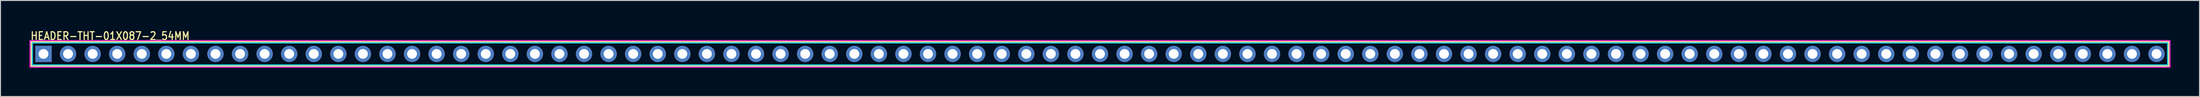
<source format=kicad_pcb>
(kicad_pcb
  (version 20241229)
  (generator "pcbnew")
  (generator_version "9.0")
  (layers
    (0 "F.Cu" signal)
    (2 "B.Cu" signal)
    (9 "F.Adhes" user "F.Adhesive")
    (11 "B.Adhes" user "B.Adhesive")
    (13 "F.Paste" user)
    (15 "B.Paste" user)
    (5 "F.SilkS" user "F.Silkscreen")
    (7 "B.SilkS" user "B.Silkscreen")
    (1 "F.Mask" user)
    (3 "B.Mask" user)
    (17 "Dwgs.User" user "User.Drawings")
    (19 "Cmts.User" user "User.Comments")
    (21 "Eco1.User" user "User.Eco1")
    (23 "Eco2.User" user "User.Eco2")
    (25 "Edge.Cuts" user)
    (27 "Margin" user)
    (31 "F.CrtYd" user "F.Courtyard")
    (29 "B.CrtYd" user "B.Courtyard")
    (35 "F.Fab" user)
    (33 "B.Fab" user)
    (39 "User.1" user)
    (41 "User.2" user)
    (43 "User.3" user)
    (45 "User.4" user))
  (footprint "HEADER-THT-01X087-2_54MM"
    (layer "F.Cu")
    (at 1.447 2.579)
    (property "Reference" "HEADER-THT-01X087-2_54MM" (at -1.4 -1.4 0) (unlocked yes) (layer "F.SilkS") (effects (font (size 0.813 0.695) (thickness 0.122)) (justify left bottom)))
    (fp_line (start -1.27 -1.27) (end -1.27 1.27) (stroke (width 0.127) (type solid)) (layer "F.SilkS"))
    (fp_line (start -1.27 1.27) (end 219.71 1.27) (stroke (width 0.127) (type solid)) (layer "F.SilkS"))
    (fp_line (start 219.71 -1.27) (end -1.27 -1.27) (stroke (width 0.127) (type solid)) (layer "F.SilkS"))
    (fp_line (start 219.71 1.27) (end 219.71 -1.27) (stroke (width 0.127) (type solid)) (layer "F.SilkS"))
    (fp_poly (pts (xy -1.143 -1.143) (xy 219.583 -1.143) (xy 219.583 1.143) (xy -1.143 1.143)) (stroke (width 0.1) (type solid)) (fill no) (layer "B.CrtYd"))
    (fp_poly (pts (xy -1.397 -1.397) (xy 219.837 -1.397) (xy 219.837 1.397) (xy -1.397 1.397)) (stroke (width 0.1) (type solid)) (fill no) (layer "F.CrtYd"))
    (pad "1" thru_hole rect (at 0 0) (size 1.693 1.693) (drill 1.016) (layers "*.Cu" "*.Mask"))
    (pad "2" thru_hole oval (at 2.54 0) (size 1.693 1.693) (drill 1.016) (layers "*.Cu" "*.Mask"))
    (pad "3" thru_hole oval (at 5.08 0) (size 1.693 1.693) (drill 1.016) (layers "*.Cu" "*.Mask"))
    (pad "4" thru_hole oval (at 7.62 0) (size 1.693 1.693) (drill 1.016) (layers "*.Cu" "*.Mask"))
    (pad "5" thru_hole oval (at 10.16 0) (size 1.693 1.693) (drill 1.016) (layers "*.Cu" "*.Mask"))
    (pad "6" thru_hole oval (at 12.7 0) (size 1.693 1.693) (drill 1.016) (layers "*.Cu" "*.Mask"))
    (pad "7" thru_hole oval (at 15.24 0) (size 1.693 1.693) (drill 1.016) (layers "*.Cu" "*.Mask"))
    (pad "8" thru_hole oval (at 17.78 0) (size 1.693 1.693) (drill 1.016) (layers "*.Cu" "*.Mask"))
    (pad "9" thru_hole oval (at 20.32 0) (size 1.693 1.693) (drill 1.016) (layers "*.Cu" "*.Mask"))
    (pad "10" thru_hole oval (at 22.86 0) (size 1.693 1.693) (drill 1.016) (layers "*.Cu" "*.Mask"))
    (pad "11" thru_hole oval (at 25.4 0) (size 1.693 1.693) (drill 1.016) (layers "*.Cu" "*.Mask"))
    (pad "12" thru_hole oval (at 27.94 0) (size 1.693 1.693) (drill 1.016) (layers "*.Cu" "*.Mask"))
    (pad "13" thru_hole oval (at 30.48 0) (size 1.693 1.693) (drill 1.016) (layers "*.Cu" "*.Mask"))
    (pad "14" thru_hole oval (at 33.02 0) (size 1.693 1.693) (drill 1.016) (layers "*.Cu" "*.Mask"))
    (pad "15" thru_hole oval (at 35.56 0) (size 1.693 1.693) (drill 1.016) (layers "*.Cu" "*.Mask"))
    (pad "16" thru_hole oval (at 38.1 0) (size 1.693 1.693) (drill 1.016) (layers "*.Cu" "*.Mask"))
    (pad "17" thru_hole oval (at 40.64 0) (size 1.693 1.693) (drill 1.016) (layers "*.Cu" "*.Mask"))
    (pad "18" thru_hole oval (at 43.18 0) (size 1.693 1.693) (drill 1.016) (layers "*.Cu" "*.Mask"))
    (pad "19" thru_hole oval (at 45.72 0) (size 1.693 1.693) (drill 1.016) (layers "*.Cu" "*.Mask"))
    (pad "20" thru_hole oval (at 48.26 0) (size 1.693 1.693) (drill 1.016) (layers "*.Cu" "*.Mask"))
    (pad "21" thru_hole oval (at 50.8 0) (size 1.693 1.693) (drill 1.016) (layers "*.Cu" "*.Mask"))
    (pad "22" thru_hole oval (at 53.34 0) (size 1.693 1.693) (drill 1.016) (layers "*.Cu" "*.Mask"))
    (pad "23" thru_hole oval (at 55.88 0) (size 1.693 1.693) (drill 1.016) (layers "*.Cu" "*.Mask"))
    (pad "24" thru_hole oval (at 58.42 0) (size 1.693 1.693) (drill 1.016) (layers "*.Cu" "*.Mask"))
    (pad "25" thru_hole oval (at 60.96 0) (size 1.693 1.693) (drill 1.016) (layers "*.Cu" "*.Mask"))
    (pad "26" thru_hole oval (at 63.5 0) (size 1.693 1.693) (drill 1.016) (layers "*.Cu" "*.Mask"))
    (pad "27" thru_hole oval (at 66.04 0) (size 1.693 1.693) (drill 1.016) (layers "*.Cu" "*.Mask"))
    (pad "28" thru_hole oval (at 68.58 0) (size 1.693 1.693) (drill 1.016) (layers "*.Cu" "*.Mask"))
    (pad "29" thru_hole oval (at 71.12 0) (size 1.693 1.693) (drill 1.016) (layers "*.Cu" "*.Mask"))
    (pad "30" thru_hole oval (at 73.66 0) (size 1.693 1.693) (drill 1.016) (layers "*.Cu" "*.Mask"))
    (pad "31" thru_hole oval (at 76.2 0) (size 1.693 1.693) (drill 1.016) (layers "*.Cu" "*.Mask"))
    (pad "32" thru_hole oval (at 78.74 0) (size 1.693 1.693) (drill 1.016) (layers "*.Cu" "*.Mask"))
    (pad "33" thru_hole oval (at 81.28 0) (size 1.693 1.693) (drill 1.016) (layers "*.Cu" "*.Mask"))
    (pad "34" thru_hole oval (at 83.82 0) (size 1.693 1.693) (drill 1.016) (layers "*.Cu" "*.Mask"))
    (pad "35" thru_hole oval (at 86.36 0) (size 1.693 1.693) (drill 1.016) (layers "*.Cu" "*.Mask"))
    (pad "36" thru_hole oval (at 88.9 0) (size 1.693 1.693) (drill 1.016) (layers "*.Cu" "*.Mask"))
    (pad "37" thru_hole oval (at 91.44 0) (size 1.693 1.693) (drill 1.016) (layers "*.Cu" "*.Mask"))
    (pad "38" thru_hole oval (at 93.98 0) (size 1.693 1.693) (drill 1.016) (layers "*.Cu" "*.Mask"))
    (pad "39" thru_hole oval (at 96.52 0) (size 1.693 1.693) (drill 1.016) (layers "*.Cu" "*.Mask"))
    (pad "40" thru_hole oval (at 99.06 0) (size 1.693 1.693) (drill 1.016) (layers "*.Cu" "*.Mask"))
    (pad "41" thru_hole oval (at 101.6 0) (size 1.693 1.693) (drill 1.016) (layers "*.Cu" "*.Mask"))
    (pad "42" thru_hole oval (at 104.14 0) (size 1.693 1.693) (drill 1.016) (layers "*.Cu" "*.Mask"))
    (pad "43" thru_hole oval (at 106.68 0) (size 1.693 1.693) (drill 1.016) (layers "*.Cu" "*.Mask"))
    (pad "44" thru_hole oval (at 109.22 0) (size 1.693 1.693) (drill 1.016) (layers "*.Cu" "*.Mask"))
    (pad "45" thru_hole oval (at 111.76 0) (size 1.693 1.693) (drill 1.016) (layers "*.Cu" "*.Mask"))
    (pad "46" thru_hole oval (at 114.3 0) (size 1.693 1.693) (drill 1.016) (layers "*.Cu" "*.Mask"))
    (pad "47" thru_hole oval (at 116.84 0) (size 1.693 1.693) (drill 1.016) (layers "*.Cu" "*.Mask"))
    (pad "48" thru_hole oval (at 119.38 0) (size 1.693 1.693) (drill 1.016) (layers "*.Cu" "*.Mask"))
    (pad "49" thru_hole oval (at 121.92 0) (size 1.693 1.693) (drill 1.016) (layers "*.Cu" "*.Mask"))
    (pad "50" thru_hole oval (at 124.46 0) (size 1.693 1.693) (drill 1.016) (layers "*.Cu" "*.Mask"))
    (pad "51" thru_hole oval (at 127 0) (size 1.693 1.693) (drill 1.016) (layers "*.Cu" "*.Mask"))
    (pad "52" thru_hole oval (at 129.54 0) (size 1.693 1.693) (drill 1.016) (layers "*.Cu" "*.Mask"))
    (pad "53" thru_hole oval (at 132.08 0) (size 1.693 1.693) (drill 1.016) (layers "*.Cu" "*.Mask"))
    (pad "54" thru_hole oval (at 134.62 0) (size 1.693 1.693) (drill 1.016) (layers "*.Cu" "*.Mask"))
    (pad "55" thru_hole oval (at 137.16 0) (size 1.693 1.693) (drill 1.016) (layers "*.Cu" "*.Mask"))
    (pad "56" thru_hole oval (at 139.7 0) (size 1.693 1.693) (drill 1.016) (layers "*.Cu" "*.Mask"))
    (pad "57" thru_hole oval (at 142.24 0) (size 1.693 1.693) (drill 1.016) (layers "*.Cu" "*.Mask"))
    (pad "58" thru_hole oval (at 144.78 0) (size 1.693 1.693) (drill 1.016) (layers "*.Cu" "*.Mask"))
    (pad "59" thru_hole oval (at 147.32 0) (size 1.693 1.693) (drill 1.016) (layers "*.Cu" "*.Mask"))
    (pad "60" thru_hole oval (at 149.86 0) (size 1.693 1.693) (drill 1.016) (layers "*.Cu" "*.Mask"))
    (pad "61" thru_hole oval (at 152.4 0) (size 1.693 1.693) (drill 1.016) (layers "*.Cu" "*.Mask"))
    (pad "62" thru_hole oval (at 154.94 0) (size 1.693 1.693) (drill 1.016) (layers "*.Cu" "*.Mask"))
    (pad "63" thru_hole oval (at 157.48 0) (size 1.693 1.693) (drill 1.016) (layers "*.Cu" "*.Mask"))
    (pad "64" thru_hole oval (at 160.02 0) (size 1.693 1.693) (drill 1.016) (layers "*.Cu" "*.Mask"))
    (pad "65" thru_hole oval (at 162.56 0) (size 1.693 1.693) (drill 1.016) (layers "*.Cu" "*.Mask"))
    (pad "66" thru_hole oval (at 165.1 0) (size 1.693 1.693) (drill 1.016) (layers "*.Cu" "*.Mask"))
    (pad "67" thru_hole oval (at 167.64 0) (size 1.693 1.693) (drill 1.016) (layers "*.Cu" "*.Mask"))
    (pad "68" thru_hole oval (at 170.18 0) (size 1.693 1.693) (drill 1.016) (layers "*.Cu" "*.Mask"))
    (pad "69" thru_hole oval (at 172.72 0) (size 1.693 1.693) (drill 1.016) (layers "*.Cu" "*.Mask"))
    (pad "70" thru_hole oval (at 175.26 0) (size 1.693 1.693) (drill 1.016) (layers "*.Cu" "*.Mask"))
    (pad "71" thru_hole oval (at 177.8 0) (size 1.693 1.693) (drill 1.016) (layers "*.Cu" "*.Mask"))
    (pad "72" thru_hole oval (at 180.34 0) (size 1.693 1.693) (drill 1.016) (layers "*.Cu" "*.Mask"))
    (pad "73" thru_hole oval (at 182.88 0) (size 1.693 1.693) (drill 1.016) (layers "*.Cu" "*.Mask"))
    (pad "74" thru_hole oval (at 185.42 0) (size 1.693 1.693) (drill 1.016) (layers "*.Cu" "*.Mask"))
    (pad "75" thru_hole oval (at 187.96 0) (size 1.693 1.693) (drill 1.016) (layers "*.Cu" "*.Mask"))
    (pad "76" thru_hole oval (at 190.5 0) (size 1.693 1.693) (drill 1.016) (layers "*.Cu" "*.Mask"))
    (pad "77" thru_hole oval (at 193.04 0) (size 1.693 1.693) (drill 1.016) (layers "*.Cu" "*.Mask"))
    (pad "78" thru_hole oval (at 195.58 0) (size 1.693 1.693) (drill 1.016) (layers "*.Cu" "*.Mask"))
    (pad "79" thru_hole oval (at 198.12 0) (size 1.693 1.693) (drill 1.016) (layers "*.Cu" "*.Mask"))
    (pad "80" thru_hole oval (at 200.66 0) (size 1.693 1.693) (drill 1.016) (layers "*.Cu" "*.Mask"))
    (pad "81" thru_hole oval (at 203.2 0) (size 1.693 1.693) (drill 1.016) (layers "*.Cu" "*.Mask"))
    (pad "82" thru_hole oval (at 205.74 0) (size 1.693 1.693) (drill 1.016) (layers "*.Cu" "*.Mask"))
    (pad "83" thru_hole oval (at 208.28 0) (size 1.693 1.693) (drill 1.016) (layers "*.Cu" "*.Mask"))
    (pad "84" thru_hole oval (at 210.82 0) (size 1.693 1.693) (drill 1.016) (layers "*.Cu" "*.Mask"))
    (pad "85" thru_hole oval (at 213.36 0) (size 1.693 1.693) (drill 1.016) (layers "*.Cu" "*.Mask"))
    (pad "86" thru_hole oval (at 215.9 0) (size 1.693 1.693) (drill 1.016) (layers "*.Cu" "*.Mask"))
    (pad "87" thru_hole oval (at 218.44 0) (size 1.693 1.693) (drill 1.016) (layers "*.Cu" "*.Mask")))
  (gr_rect
    (start -3 -3)
    (end 224.334 7.026)
    (stroke (width 0.1) (type default))
    (fill no)
    (layer "Edge.Cuts")))
</source>
